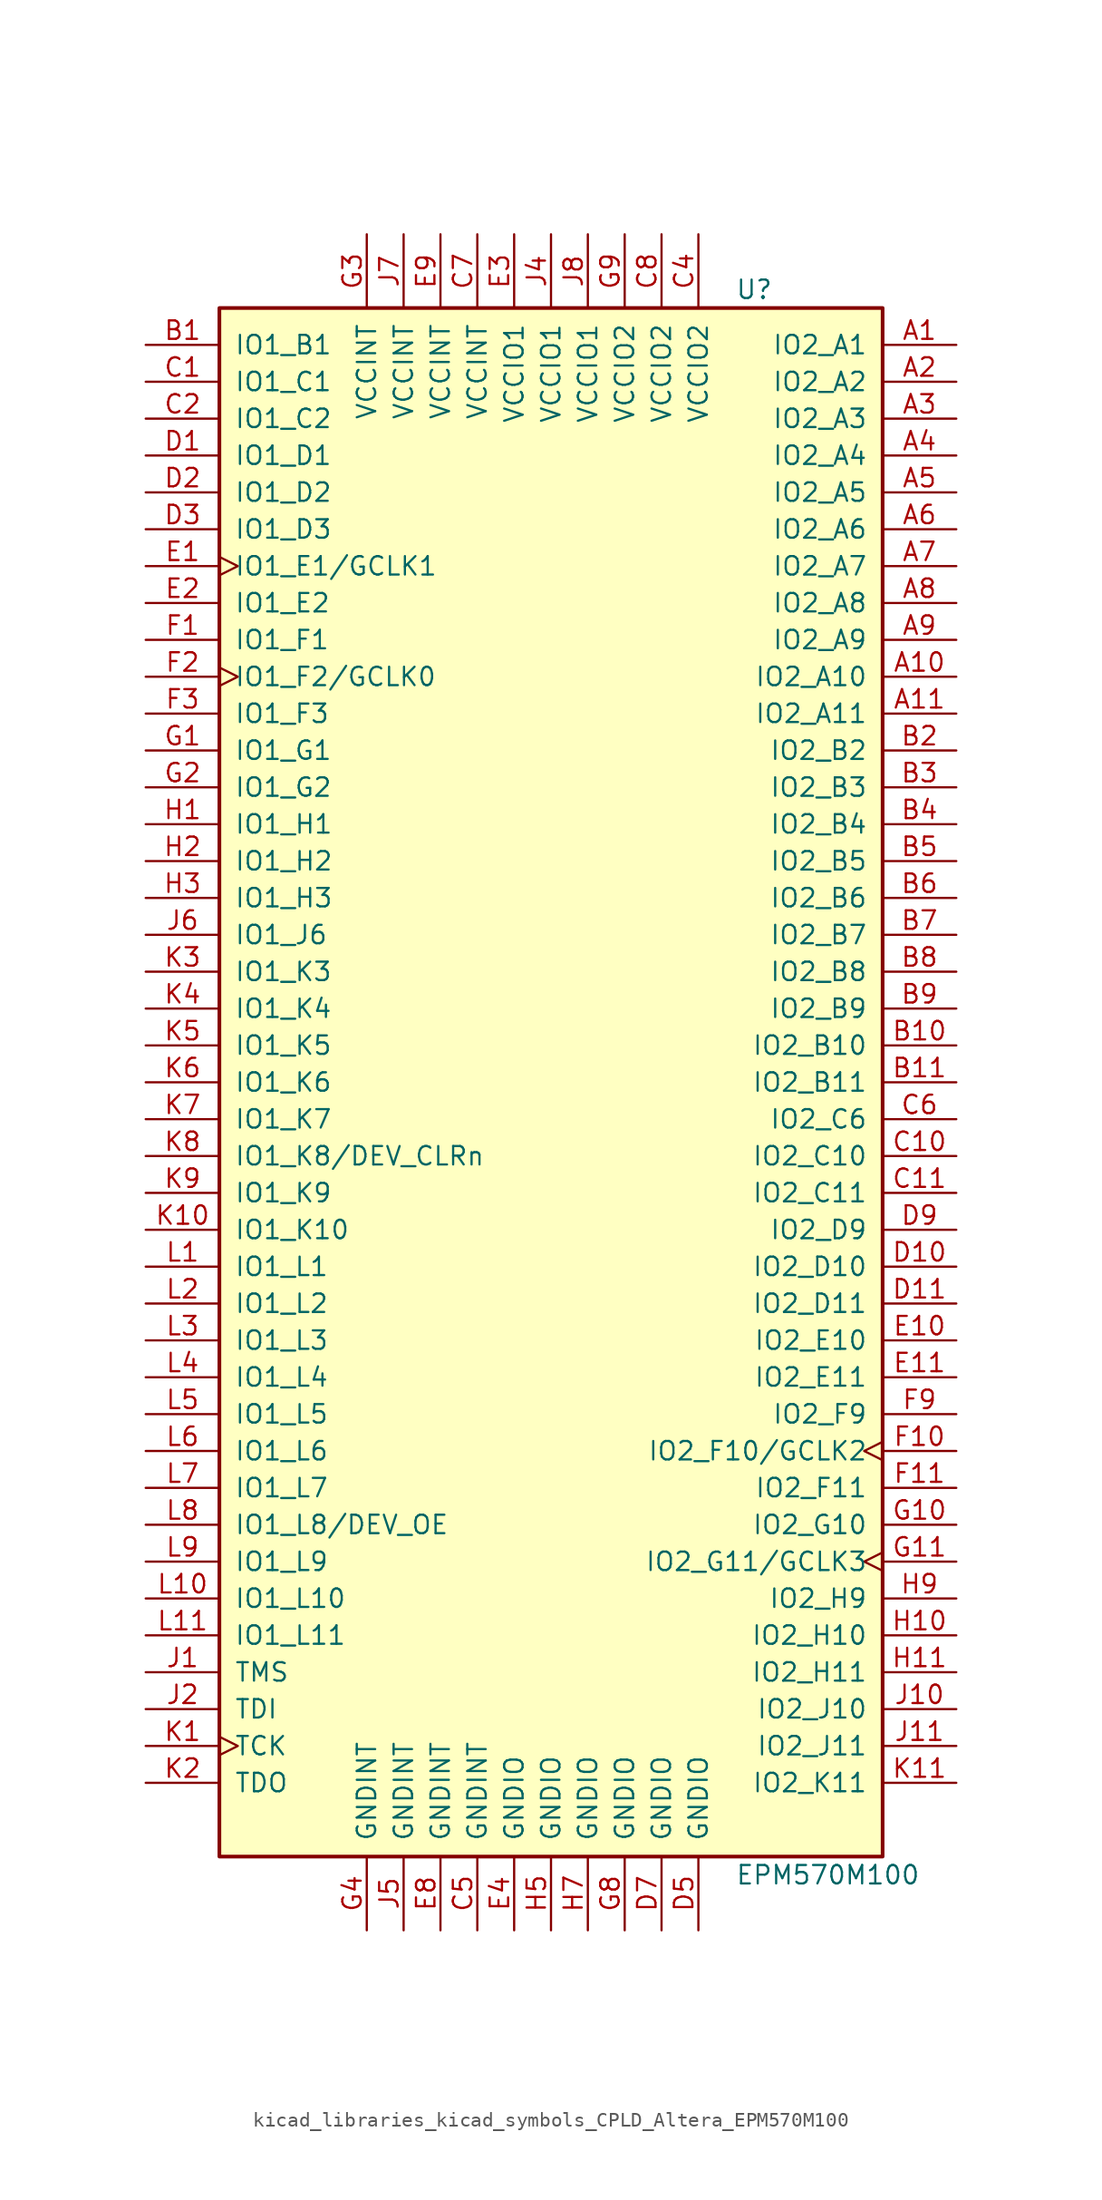
<source format=kicad_sym>
(kicad_symbol_lib
  (version 20220914)
  (generator kicad_symbol_editor)
  (symbol "kicad_libraries_kicad_symbols_CPLD_Altera_EPM570M100"
    (pin_names
      (offset 1.016))
    (property "Reference" "U"
      (at 12.7 54.61 0)
      (effects (font (size 1.27 1.27)) (justify left)))
    (property "Value" "EPM570M100"
      (at 12.7 -54.61 0)
      (effects (font (size 1.27 1.27)) (justify left)))
    (property "ki_locked" ""
      (at 0 0 0)
      (effects (font (size 1.27 1.27))))
    (symbol "kicad_libraries_kicad_symbols_CPLD_Altera_EPM570M100_1_1"
      (rectangle (start -22.86 53.34) (end 22.86 -53.34) (stroke (width 0.254) (type default)) (fill (type background)))
      (pin bidirectional line (at 27.94 50.8 180) (length 5.08) (name "IO2_A1" (effects (font (size 1.27 1.27)))) (number "A1" (effects (font (size 1.27 1.27)))))
      (pin bidirectional line (at 27.94 27.94 180) (length 5.08) (name "IO2_A10" (effects (font (size 1.27 1.27)))) (number "A10" (effects (font (size 1.27 1.27)))))
      (pin bidirectional line (at 27.94 25.4 180) (length 5.08) (name "IO2_A11" (effects (font (size 1.27 1.27)))) (number "A11" (effects (font (size 1.27 1.27)))))
      (pin bidirectional line (at 27.94 48.26 180) (length 5.08) (name "IO2_A2" (effects (font (size 1.27 1.27)))) (number "A2" (effects (font (size 1.27 1.27)))))
      (pin bidirectional line (at 27.94 45.72 180) (length 5.08) (name "IO2_A3" (effects (font (size 1.27 1.27)))) (number "A3" (effects (font (size 1.27 1.27)))))
      (pin bidirectional line (at 27.94 43.18 180) (length 5.08) (name "IO2_A4" (effects (font (size 1.27 1.27)))) (number "A4" (effects (font (size 1.27 1.27)))))
      (pin bidirectional line (at 27.94 40.64 180) (length 5.08) (name "IO2_A5" (effects (font (size 1.27 1.27)))) (number "A5" (effects (font (size 1.27 1.27)))))
      (pin bidirectional line (at 27.94 38.1 180) (length 5.08) (name "IO2_A6" (effects (font (size 1.27 1.27)))) (number "A6" (effects (font (size 1.27 1.27)))))
      (pin bidirectional line (at 27.94 35.56 180) (length 5.08) (name "IO2_A7" (effects (font (size 1.27 1.27)))) (number "A7" (effects (font (size 1.27 1.27)))))
      (pin bidirectional line (at 27.94 33.02 180) (length 5.08) (name "IO2_A8" (effects (font (size 1.27 1.27)))) (number "A8" (effects (font (size 1.27 1.27)))))
      (pin bidirectional line (at 27.94 30.48 180) (length 5.08) (name "IO2_A9" (effects (font (size 1.27 1.27)))) (number "A9" (effects (font (size 1.27 1.27)))))
      (pin bidirectional line (at -27.94 50.8 0) (length 5.08) (name "IO1_B1" (effects (font (size 1.27 1.27)))) (number "B1" (effects (font (size 1.27 1.27)))))
      (pin bidirectional line (at 27.94 2.54 180) (length 5.08) (name "IO2_B10" (effects (font (size 1.27 1.27)))) (number "B10" (effects (font (size 1.27 1.27)))))
      (pin bidirectional line (at 27.94 0 180) (length 5.08) (name "IO2_B11" (effects (font (size 1.27 1.27)))) (number "B11" (effects (font (size 1.27 1.27)))))
      (pin bidirectional line (at 27.94 22.86 180) (length 5.08) (name "IO2_B2" (effects (font (size 1.27 1.27)))) (number "B2" (effects (font (size 1.27 1.27)))))
      (pin bidirectional line (at 27.94 20.32 180) (length 5.08) (name "IO2_B3" (effects (font (size 1.27 1.27)))) (number "B3" (effects (font (size 1.27 1.27)))))
      (pin bidirectional line (at 27.94 17.78 180) (length 5.08) (name "IO2_B4" (effects (font (size 1.27 1.27)))) (number "B4" (effects (font (size 1.27 1.27)))))
      (pin bidirectional line (at 27.94 15.24 180) (length 5.08) (name "IO2_B5" (effects (font (size 1.27 1.27)))) (number "B5" (effects (font (size 1.27 1.27)))))
      (pin bidirectional line (at 27.94 12.7 180) (length 5.08) (name "IO2_B6" (effects (font (size 1.27 1.27)))) (number "B6" (effects (font (size 1.27 1.27)))))
      (pin bidirectional line (at 27.94 10.16 180) (length 5.08) (name "IO2_B7" (effects (font (size 1.27 1.27)))) (number "B7" (effects (font (size 1.27 1.27)))))
      (pin bidirectional line (at 27.94 7.62 180) (length 5.08) (name "IO2_B8" (effects (font (size 1.27 1.27)))) (number "B8" (effects (font (size 1.27 1.27)))))
      (pin bidirectional line (at 27.94 5.08 180) (length 5.08) (name "IO2_B9" (effects (font (size 1.27 1.27)))) (number "B9" (effects (font (size 1.27 1.27)))))
      (pin bidirectional line (at -27.94 48.26 0) (length 5.08) (name "IO1_C1" (effects (font (size 1.27 1.27)))) (number "C1" (effects (font (size 1.27 1.27)))))
      (pin bidirectional line (at 27.94 -5.08 180) (length 5.08) (name "IO2_C10" (effects (font (size 1.27 1.27)))) (number "C10" (effects (font (size 1.27 1.27)))))
      (pin bidirectional line (at 27.94 -7.62 180) (length 5.08) (name "IO2_C11" (effects (font (size 1.27 1.27)))) (number "C11" (effects (font (size 1.27 1.27)))))
      (pin bidirectional line (at -27.94 45.72 0) (length 5.08) (name "IO1_C2" (effects (font (size 1.27 1.27)))) (number "C2" (effects (font (size 1.27 1.27)))))
      (pin power_in line (at 10.16 58.42 270) (length 5.08) (name "VCCIO2" (effects (font (size 1.27 1.27)))) (number "C4" (effects (font (size 1.27 1.27)))))
      (pin power_in line (at -5.08 -58.42 90) (length 5.08) (name "GNDINT" (effects (font (size 1.27 1.27)))) (number "C5" (effects (font (size 1.27 1.27)))))
      (pin bidirectional line (at 27.94 -2.54 180) (length 5.08) (name "IO2_C6" (effects (font (size 1.27 1.27)))) (number "C6" (effects (font (size 1.27 1.27)))))
      (pin power_in line (at -5.08 58.42 270) (length 5.08) (name "VCCINT" (effects (font (size 1.27 1.27)))) (number "C7" (effects (font (size 1.27 1.27)))))
      (pin power_in line (at 7.62 58.42 270) (length 5.08) (name "VCCIO2" (effects (font (size 1.27 1.27)))) (number "C8" (effects (font (size 1.27 1.27)))))
      (pin bidirectional line (at -27.94 43.18 0) (length 5.08) (name "IO1_D1" (effects (font (size 1.27 1.27)))) (number "D1" (effects (font (size 1.27 1.27)))))
      (pin bidirectional line (at 27.94 -12.7 180) (length 5.08) (name "IO2_D10" (effects (font (size 1.27 1.27)))) (number "D10" (effects (font (size 1.27 1.27)))))
      (pin bidirectional line (at 27.94 -15.24 180) (length 5.08) (name "IO2_D11" (effects (font (size 1.27 1.27)))) (number "D11" (effects (font (size 1.27 1.27)))))
      (pin bidirectional line (at -27.94 40.64 0) (length 5.08) (name "IO1_D2" (effects (font (size 1.27 1.27)))) (number "D2" (effects (font (size 1.27 1.27)))))
      (pin bidirectional line (at -27.94 38.1 0) (length 5.08) (name "IO1_D3" (effects (font (size 1.27 1.27)))) (number "D3" (effects (font (size 1.27 1.27)))))
      (pin power_in line (at 10.16 -58.42 90) (length 5.08) (name "GNDIO" (effects (font (size 1.27 1.27)))) (number "D5" (effects (font (size 1.27 1.27)))))
      (pin power_in line (at 7.62 -58.42 90) (length 5.08) (name "GNDIO" (effects (font (size 1.27 1.27)))) (number "D7" (effects (font (size 1.27 1.27)))))
      (pin bidirectional line (at 27.94 -10.16 180) (length 5.08) (name "IO2_D9" (effects (font (size 1.27 1.27)))) (number "D9" (effects (font (size 1.27 1.27)))))
      (pin bidirectional clock (at -27.94 35.56 0) (length 5.08) (name "IO1_E1/GCLK1" (effects (font (size 1.27 1.27)))) (number "E1" (effects (font (size 1.27 1.27)))))
      (pin bidirectional line (at 27.94 -17.78 180) (length 5.08) (name "IO2_E10" (effects (font (size 1.27 1.27)))) (number "E10" (effects (font (size 1.27 1.27)))))
      (pin bidirectional line (at 27.94 -20.32 180) (length 5.08) (name "IO2_E11" (effects (font (size 1.27 1.27)))) (number "E11" (effects (font (size 1.27 1.27)))))
      (pin bidirectional line (at -27.94 33.02 0) (length 5.08) (name "IO1_E2" (effects (font (size 1.27 1.27)))) (number "E2" (effects (font (size 1.27 1.27)))))
      (pin power_in line (at -2.54 58.42 270) (length 5.08) (name "VCCIO1" (effects (font (size 1.27 1.27)))) (number "E3" (effects (font (size 1.27 1.27)))))
      (pin power_in line (at -2.54 -58.42 90) (length 5.08) (name "GNDIO" (effects (font (size 1.27 1.27)))) (number "E4" (effects (font (size 1.27 1.27)))))
      (pin power_in line (at -7.62 -58.42 90) (length 5.08) (name "GNDINT" (effects (font (size 1.27 1.27)))) (number "E8" (effects (font (size 1.27 1.27)))))
      (pin power_in line (at -7.62 58.42 270) (length 5.08) (name "VCCINT" (effects (font (size 1.27 1.27)))) (number "E9" (effects (font (size 1.27 1.27)))))
      (pin bidirectional line (at -27.94 30.48 0) (length 5.08) (name "IO1_F1" (effects (font (size 1.27 1.27)))) (number "F1" (effects (font (size 1.27 1.27)))))
      (pin bidirectional clock (at 27.94 -25.4 180) (length 5.08) (name "IO2_F10/GCLK2" (effects (font (size 1.27 1.27)))) (number "F10" (effects (font (size 1.27 1.27)))))
      (pin bidirectional line (at 27.94 -27.94 180) (length 5.08) (name "IO2_F11" (effects (font (size 1.27 1.27)))) (number "F11" (effects (font (size 1.27 1.27)))))
      (pin bidirectional clock (at -27.94 27.94 0) (length 5.08) (name "IO1_F2/GCLK0" (effects (font (size 1.27 1.27)))) (number "F2" (effects (font (size 1.27 1.27)))))
      (pin bidirectional line (at -27.94 25.4 0) (length 5.08) (name "IO1_F3" (effects (font (size 1.27 1.27)))) (number "F3" (effects (font (size 1.27 1.27)))))
      (pin bidirectional line (at 27.94 -22.86 180) (length 5.08) (name "IO2_F9" (effects (font (size 1.27 1.27)))) (number "F9" (effects (font (size 1.27 1.27)))))
      (pin bidirectional line (at -27.94 22.86 0) (length 5.08) (name "IO1_G1" (effects (font (size 1.27 1.27)))) (number "G1" (effects (font (size 1.27 1.27)))))
      (pin bidirectional line (at 27.94 -30.48 180) (length 5.08) (name "IO2_G10" (effects (font (size 1.27 1.27)))) (number "G10" (effects (font (size 1.27 1.27)))))
      (pin bidirectional clock (at 27.94 -33.02 180) (length 5.08) (name "IO2_G11/GCLK3" (effects (font (size 1.27 1.27)))) (number "G11" (effects (font (size 1.27 1.27)))))
      (pin bidirectional line (at -27.94 20.32 0) (length 5.08) (name "IO1_G2" (effects (font (size 1.27 1.27)))) (number "G2" (effects (font (size 1.27 1.27)))))
      (pin power_in line (at -12.7 58.42 270) (length 5.08) (name "VCCINT" (effects (font (size 1.27 1.27)))) (number "G3" (effects (font (size 1.27 1.27)))))
      (pin power_in line (at -12.7 -58.42 90) (length 5.08) (name "GNDINT" (effects (font (size 1.27 1.27)))) (number "G4" (effects (font (size 1.27 1.27)))))
      (pin power_in line (at 5.08 -58.42 90) (length 5.08) (name "GNDIO" (effects (font (size 1.27 1.27)))) (number "G8" (effects (font (size 1.27 1.27)))))
      (pin power_in line (at 5.08 58.42 270) (length 5.08) (name "VCCIO2" (effects (font (size 1.27 1.27)))) (number "G9" (effects (font (size 1.27 1.27)))))
      (pin bidirectional line (at -27.94 17.78 0) (length 5.08) (name "IO1_H1" (effects (font (size 1.27 1.27)))) (number "H1" (effects (font (size 1.27 1.27)))))
      (pin bidirectional line (at 27.94 -38.1 180) (length 5.08) (name "IO2_H10" (effects (font (size 1.27 1.27)))) (number "H10" (effects (font (size 1.27 1.27)))))
      (pin bidirectional line (at 27.94 -40.64 180) (length 5.08) (name "IO2_H11" (effects (font (size 1.27 1.27)))) (number "H11" (effects (font (size 1.27 1.27)))))
      (pin bidirectional line (at -27.94 15.24 0) (length 5.08) (name "IO1_H2" (effects (font (size 1.27 1.27)))) (number "H2" (effects (font (size 1.27 1.27)))))
      (pin bidirectional line (at -27.94 12.7 0) (length 5.08) (name "IO1_H3" (effects (font (size 1.27 1.27)))) (number "H3" (effects (font (size 1.27 1.27)))))
      (pin power_in line (at 0 -58.42 90) (length 5.08) (name "GNDIO" (effects (font (size 1.27 1.27)))) (number "H5" (effects (font (size 1.27 1.27)))))
      (pin power_in line (at 2.54 -58.42 90) (length 5.08) (name "GNDIO" (effects (font (size 1.27 1.27)))) (number "H7" (effects (font (size 1.27 1.27)))))
      (pin bidirectional line (at 27.94 -35.56 180) (length 5.08) (name "IO2_H9" (effects (font (size 1.27 1.27)))) (number "H9" (effects (font (size 1.27 1.27)))))
      (pin input line (at -27.94 -40.64 0) (length 5.08) (name "TMS" (effects (font (size 1.27 1.27)))) (number "J1" (effects (font (size 1.27 1.27)))))
      (pin bidirectional line (at 27.94 -43.18 180) (length 5.08) (name "IO2_J10" (effects (font (size 1.27 1.27)))) (number "J10" (effects (font (size 1.27 1.27)))))
      (pin bidirectional line (at 27.94 -45.72 180) (length 5.08) (name "IO2_J11" (effects (font (size 1.27 1.27)))) (number "J11" (effects (font (size 1.27 1.27)))))
      (pin input line (at -27.94 -43.18 0) (length 5.08) (name "TDI" (effects (font (size 1.27 1.27)))) (number "J2" (effects (font (size 1.27 1.27)))))
      (pin power_in line (at 0 58.42 270) (length 5.08) (name "VCCIO1" (effects (font (size 1.27 1.27)))) (number "J4" (effects (font (size 1.27 1.27)))))
      (pin power_in line (at -10.16 -58.42 90) (length 5.08) (name "GNDINT" (effects (font (size 1.27 1.27)))) (number "J5" (effects (font (size 1.27 1.27)))))
      (pin bidirectional line (at -27.94 10.16 0) (length 5.08) (name "IO1_J6" (effects (font (size 1.27 1.27)))) (number "J6" (effects (font (size 1.27 1.27)))))
      (pin power_in line (at -10.16 58.42 270) (length 5.08) (name "VCCINT" (effects (font (size 1.27 1.27)))) (number "J7" (effects (font (size 1.27 1.27)))))
      (pin power_in line (at 2.54 58.42 270) (length 5.08) (name "VCCIO1" (effects (font (size 1.27 1.27)))) (number "J8" (effects (font (size 1.27 1.27)))))
      (pin input clock (at -27.94 -45.72 0) (length 5.08) (name "TCK" (effects (font (size 1.27 1.27)))) (number "K1" (effects (font (size 1.27 1.27)))))
      (pin bidirectional line (at -27.94 -10.16 0) (length 5.08) (name "IO1_K10" (effects (font (size 1.27 1.27)))) (number "K10" (effects (font (size 1.27 1.27)))))
      (pin bidirectional line (at 27.94 -48.26 180) (length 5.08) (name "IO2_K11" (effects (font (size 1.27 1.27)))) (number "K11" (effects (font (size 1.27 1.27)))))
      (pin output line (at -27.94 -48.26 0) (length 5.08) (name "TDO" (effects (font (size 1.27 1.27)))) (number "K2" (effects (font (size 1.27 1.27)))))
      (pin bidirectional line (at -27.94 7.62 0) (length 5.08) (name "IO1_K3" (effects (font (size 1.27 1.27)))) (number "K3" (effects (font (size 1.27 1.27)))))
      (pin bidirectional line (at -27.94 5.08 0) (length 5.08) (name "IO1_K4" (effects (font (size 1.27 1.27)))) (number "K4" (effects (font (size 1.27 1.27)))))
      (pin bidirectional line (at -27.94 2.54 0) (length 5.08) (name "IO1_K5" (effects (font (size 1.27 1.27)))) (number "K5" (effects (font (size 1.27 1.27)))))
      (pin bidirectional line (at -27.94 0 0) (length 5.08) (name "IO1_K6" (effects (font (size 1.27 1.27)))) (number "K6" (effects (font (size 1.27 1.27)))))
      (pin bidirectional line (at -27.94 -2.54 0) (length 5.08) (name "IO1_K7" (effects (font (size 1.27 1.27)))) (number "K7" (effects (font (size 1.27 1.27)))))
      (pin bidirectional line (at -27.94 -5.08 0) (length 5.08) (name "IO1_K8/DEV_CLRn" (effects (font (size 1.27 1.27)))) (number "K8" (effects (font (size 1.27 1.27)))))
      (pin bidirectional line (at -27.94 -7.62 0) (length 5.08) (name "IO1_K9" (effects (font (size 1.27 1.27)))) (number "K9" (effects (font (size 1.27 1.27)))))
      (pin bidirectional line (at -27.94 -12.7 0) (length 5.08) (name "IO1_L1" (effects (font (size 1.27 1.27)))) (number "L1" (effects (font (size 1.27 1.27)))))
      (pin bidirectional line (at -27.94 -35.56 0) (length 5.08) (name "IO1_L10" (effects (font (size 1.27 1.27)))) (number "L10" (effects (font (size 1.27 1.27)))))
      (pin bidirectional line (at -27.94 -38.1 0) (length 5.08) (name "IO1_L11" (effects (font (size 1.27 1.27)))) (number "L11" (effects (font (size 1.27 1.27)))))
      (pin bidirectional line (at -27.94 -15.24 0) (length 5.08) (name "IO1_L2" (effects (font (size 1.27 1.27)))) (number "L2" (effects (font (size 1.27 1.27)))))
      (pin bidirectional line (at -27.94 -17.78 0) (length 5.08) (name "IO1_L3" (effects (font (size 1.27 1.27)))) (number "L3" (effects (font (size 1.27 1.27)))))
      (pin bidirectional line (at -27.94 -20.32 0) (length 5.08) (name "IO1_L4" (effects (font (size 1.27 1.27)))) (number "L4" (effects (font (size 1.27 1.27)))))
      (pin bidirectional line (at -27.94 -22.86 0) (length 5.08) (name "IO1_L5" (effects (font (size 1.27 1.27)))) (number "L5" (effects (font (size 1.27 1.27)))))
      (pin bidirectional line (at -27.94 -25.4 0) (length 5.08) (name "IO1_L6" (effects (font (size 1.27 1.27)))) (number "L6" (effects (font (size 1.27 1.27)))))
      (pin bidirectional line (at -27.94 -27.94 0) (length 5.08) (name "IO1_L7" (effects (font (size 1.27 1.27)))) (number "L7" (effects (font (size 1.27 1.27)))))
      (pin bidirectional line (at -27.94 -30.48 0) (length 5.08) (name "IO1_L8/DEV_OE" (effects (font (size 1.27 1.27)))) (number "L8" (effects (font (size 1.27 1.27)))))
      (pin bidirectional line (at -27.94 -33.02 0) (length 5.08) (name "IO1_L9" (effects (font (size 1.27 1.27)))) (number "L9" (effects (font (size 1.27 1.27))))))))
</source>
